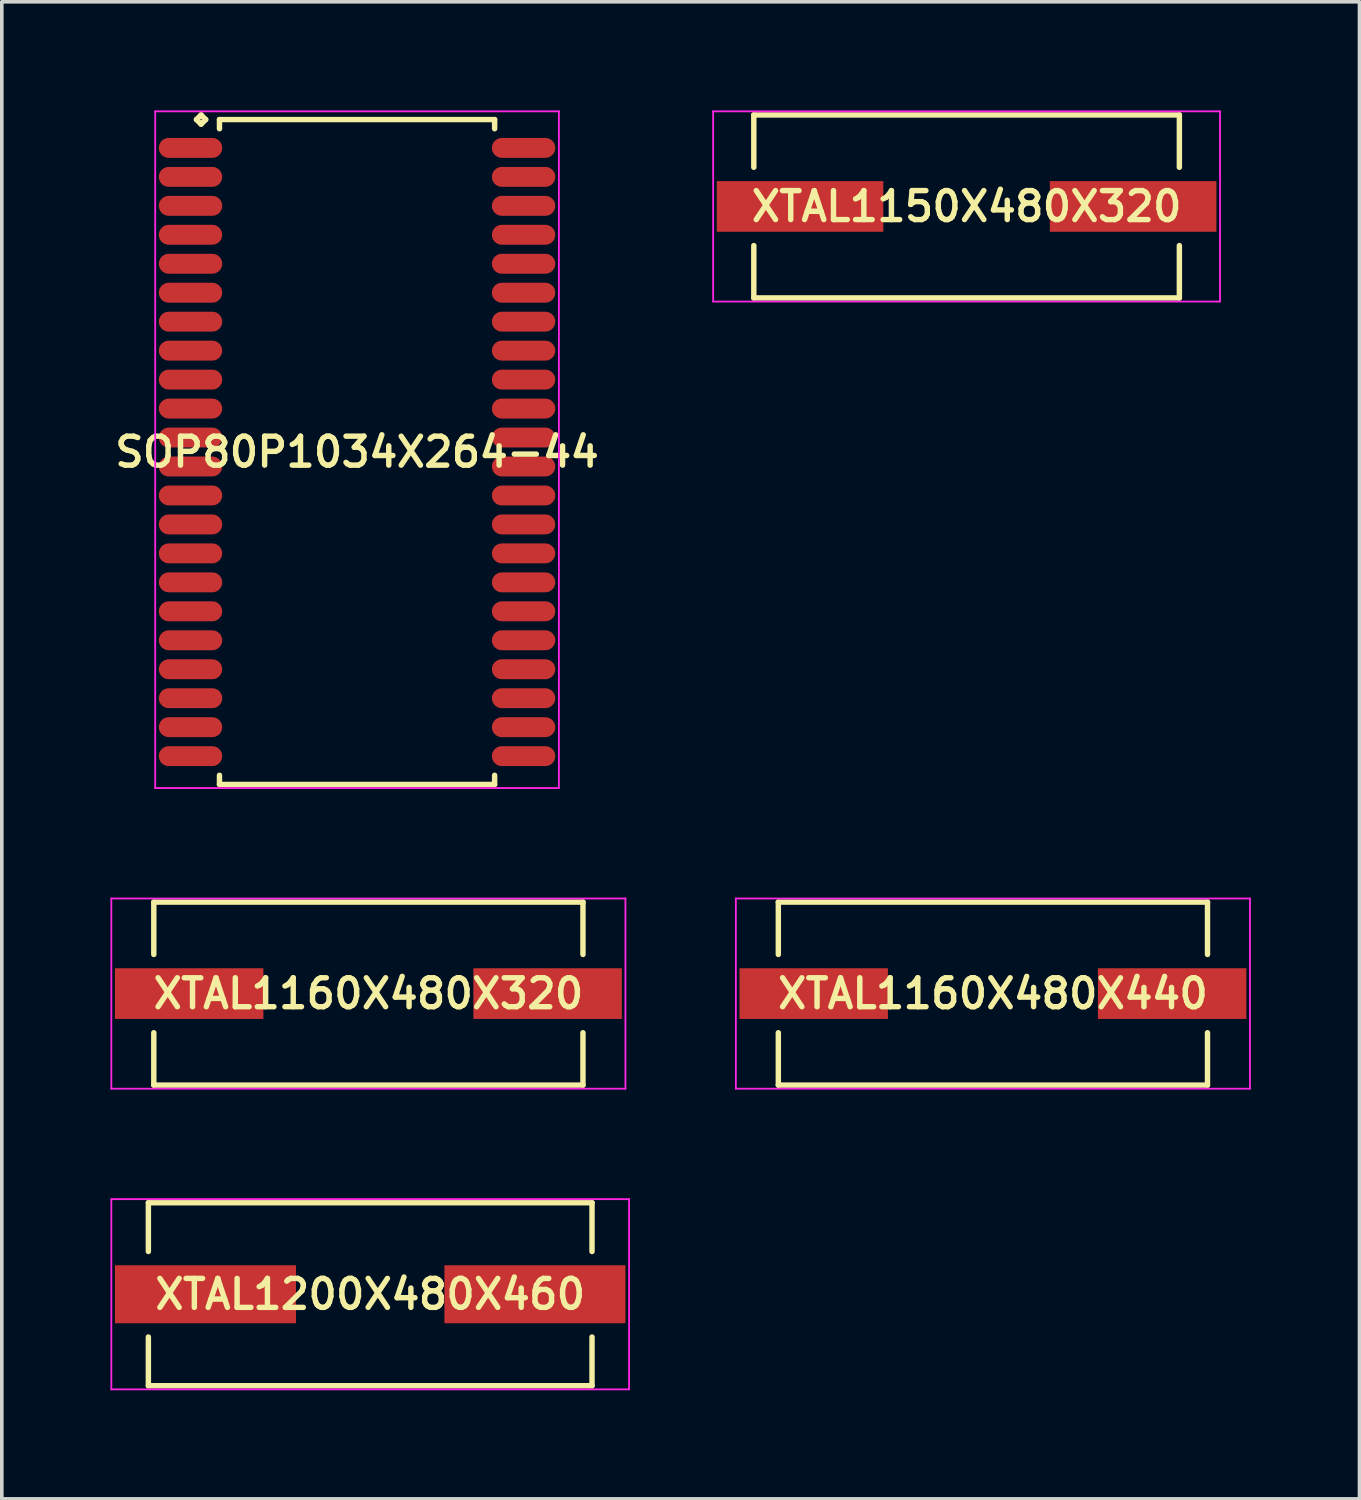
<source format=kicad_pcb>
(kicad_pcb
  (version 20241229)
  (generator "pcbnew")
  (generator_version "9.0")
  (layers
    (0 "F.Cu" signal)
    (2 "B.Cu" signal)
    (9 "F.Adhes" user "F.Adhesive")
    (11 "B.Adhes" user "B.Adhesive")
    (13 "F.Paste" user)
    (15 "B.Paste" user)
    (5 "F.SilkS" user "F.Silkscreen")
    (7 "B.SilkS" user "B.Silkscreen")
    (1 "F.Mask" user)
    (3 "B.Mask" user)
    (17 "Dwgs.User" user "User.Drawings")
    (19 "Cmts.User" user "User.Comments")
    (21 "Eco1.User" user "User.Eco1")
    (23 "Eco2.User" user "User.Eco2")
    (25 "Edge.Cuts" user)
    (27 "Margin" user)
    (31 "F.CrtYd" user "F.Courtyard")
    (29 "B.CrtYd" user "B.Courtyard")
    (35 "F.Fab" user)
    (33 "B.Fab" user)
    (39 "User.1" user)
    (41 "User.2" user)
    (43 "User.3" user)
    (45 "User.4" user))
  (footprint "XTAL1150X480X320"
    (layer "F.Cu")
    (at 23.648 2.652)
    (property "Reference" "XTAL1150X480X320" (at 0 0 0) (layer "F.SilkS") (effects (font (size 0.8 0.8) (thickness 0.15))))
    (attr smd)
    (fp_line (start -5.877 -2.527) (end 5.877 -2.527) (stroke (width 0.15) (type solid)) (layer "F.SilkS"))
    (fp_line (start -5.877 -1.081) (end -5.877 -2.527) (stroke (width 0.15) (type solid)) (layer "F.SilkS"))
    (fp_line (start -5.877 1.081) (end -5.877 2.527) (stroke (width 0.15) (type solid)) (layer "F.SilkS"))
    (fp_line (start -5.877 2.527) (end 5.877 2.527) (stroke (width 0.15) (type solid)) (layer "F.SilkS"))
    (fp_line (start 5.877 -2.527) (end 5.877 -1.081) (stroke (width 0.15) (type solid)) (layer "F.SilkS"))
    (fp_line (start 5.877 2.527) (end 5.877 1.081) (stroke (width 0.15) (type solid)) (layer "F.SilkS"))
    (fp_line (start -7 -2.627) (end 7 -2.627) (stroke (width 0.05) (type solid)) (layer "F.CrtYd"))
    (fp_line (start -7 2.627) (end -7 -2.627) (stroke (width 0.05) (type solid)) (layer "F.CrtYd"))
    (fp_line (start 7 -2.627) (end 7 2.627) (stroke (width 0.05) (type solid)) (layer "F.CrtYd"))
    (fp_line (start 7 2.627) (end -7 2.627) (stroke (width 0.05) (type solid)) (layer "F.CrtYd"))
    (pad "1" smd rect (at -4.6 0) (size 4.6 1.4) (layers "F.Cu" "F.Mask" "F.Paste"))
    (pad "2" smd rect (at 4.6 0) (size 4.6 1.4) (layers "F.Cu" "F.Mask" "F.Paste")))
  (footprint "SOP80P1034X264-44"
    (layer "F.Cu")
    (at 6.812 9.435)
    (property "Reference" "SOP80P1034X264-44" (at 0 0 0) (layer "F.SilkS") (effects (font (size 0.8 0.8) (thickness 0.15))))
    (attr smd)
    (fp_line (start -4.435 -9.183) (end -4.308 -9.31) (stroke (width 0.15) (type solid)) (layer "F.SilkS"))
    (fp_line (start -4.308 -9.31) (end -4.181 -9.183) (stroke (width 0.15) (type solid)) (layer "F.SilkS"))
    (fp_line (start -4.308 -9.056) (end -4.435 -9.183) (stroke (width 0.15) (type solid)) (layer "F.SilkS"))
    (fp_line (start -4.181 -9.183) (end -4.308 -9.056) (stroke (width 0.15) (type solid)) (layer "F.SilkS"))
    (fp_line (start -3.8 -9.182) (end 3.8 -9.182) (stroke (width 0.15) (type solid)) (layer "F.SilkS"))
    (fp_line (start -3.8 -8.929) (end -3.8 -9.182) (stroke (width 0.15) (type solid)) (layer "F.SilkS"))
    (fp_line (start -3.8 8.929) (end -3.8 9.182) (stroke (width 0.15) (type solid)) (layer "F.SilkS"))
    (fp_line (start -3.8 9.182) (end 3.8 9.182) (stroke (width 0.15) (type solid)) (layer "F.SilkS"))
    (fp_line (start 3.8 -9.182) (end 3.8 -8.929) (stroke (width 0.15) (type solid)) (layer "F.SilkS"))
    (fp_line (start 3.8 9.182) (end 3.8 8.929) (stroke (width 0.15) (type solid)) (layer "F.SilkS"))
    (fp_line (start -5.575 -9.41) (end 5.575 -9.41) (stroke (width 0.05) (type solid)) (layer "F.CrtYd"))
    (fp_line (start -5.575 9.282) (end -5.575 -9.41) (stroke (width 0.05) (type solid)) (layer "F.CrtYd"))
    (fp_line (start 5.575 -9.41) (end 5.575 9.282) (stroke (width 0.05) (type solid)) (layer "F.CrtYd"))
    (fp_line (start 5.575 9.282) (end -5.575 9.282) (stroke (width 0.05) (type solid)) (layer "F.CrtYd"))
    (pad "1" smd oval (at -4.6 -8.4) (size 1.75 0.55) (layers "F.Cu" "F.Mask" "F.Paste"))
    (pad "2" smd oval (at -4.6 -7.6) (size 1.75 0.55) (layers "F.Cu" "F.Mask" "F.Paste"))
    (pad "3" smd oval (at -4.6 -6.8) (size 1.75 0.55) (layers "F.Cu" "F.Mask" "F.Paste"))
    (pad "4" smd oval (at -4.6 -6) (size 1.75 0.55) (layers "F.Cu" "F.Mask" "F.Paste"))
    (pad "5" smd oval (at -4.6 -5.2) (size 1.75 0.55) (layers "F.Cu" "F.Mask" "F.Paste"))
    (pad "6" smd oval (at -4.6 -4.4) (size 1.75 0.55) (layers "F.Cu" "F.Mask" "F.Paste"))
    (pad "7" smd oval (at -4.6 -3.6) (size 1.75 0.55) (layers "F.Cu" "F.Mask" "F.Paste"))
    (pad "8" smd oval (at -4.6 -2.8) (size 1.75 0.55) (layers "F.Cu" "F.Mask" "F.Paste"))
    (pad "9" smd oval (at -4.6 -2) (size 1.75 0.55) (layers "F.Cu" "F.Mask" "F.Paste"))
    (pad "10" smd oval (at -4.6 -1.2) (size 1.75 0.55) (layers "F.Cu" "F.Mask" "F.Paste"))
    (pad "11" smd oval (at -4.6 -0.4) (size 1.75 0.55) (layers "F.Cu" "F.Mask" "F.Paste"))
    (pad "12" smd oval (at -4.6 0.4) (size 1.75 0.55) (layers "F.Cu" "F.Mask" "F.Paste"))
    (pad "13" smd oval (at -4.6 1.2) (size 1.75 0.55) (layers "F.Cu" "F.Mask" "F.Paste"))
    (pad "14" smd oval (at -4.6 2) (size 1.75 0.55) (layers "F.Cu" "F.Mask" "F.Paste"))
    (pad "15" smd oval (at -4.6 2.8) (size 1.75 0.55) (layers "F.Cu" "F.Mask" "F.Paste"))
    (pad "16" smd oval (at -4.6 3.6) (size 1.75 0.55) (layers "F.Cu" "F.Mask" "F.Paste"))
    (pad "17" smd oval (at -4.6 4.4) (size 1.75 0.55) (layers "F.Cu" "F.Mask" "F.Paste"))
    (pad "18" smd oval (at -4.6 5.2) (size 1.75 0.55) (layers "F.Cu" "F.Mask" "F.Paste"))
    (pad "19" smd oval (at -4.6 6) (size 1.75 0.55) (layers "F.Cu" "F.Mask" "F.Paste"))
    (pad "20" smd oval (at -4.6 6.8) (size 1.75 0.55) (layers "F.Cu" "F.Mask" "F.Paste"))
    (pad "21" smd oval (at -4.6 7.6) (size 1.75 0.55) (layers "F.Cu" "F.Mask" "F.Paste"))
    (pad "22" smd oval (at -4.6 8.4) (size 1.75 0.55) (layers "F.Cu" "F.Mask" "F.Paste"))
    (pad "23" smd oval (at 4.6 8.4) (size 1.75 0.55) (layers "F.Cu" "F.Mask" "F.Paste"))
    (pad "24" smd oval (at 4.6 7.6) (size 1.75 0.55) (layers "F.Cu" "F.Mask" "F.Paste"))
    (pad "25" smd oval (at 4.6 6.8) (size 1.75 0.55) (layers "F.Cu" "F.Mask" "F.Paste"))
    (pad "26" smd oval (at 4.6 6) (size 1.75 0.55) (layers "F.Cu" "F.Mask" "F.Paste"))
    (pad "27" smd oval (at 4.6 5.2) (size 1.75 0.55) (layers "F.Cu" "F.Mask" "F.Paste"))
    (pad "28" smd oval (at 4.6 4.4) (size 1.75 0.55) (layers "F.Cu" "F.Mask" "F.Paste"))
    (pad "29" smd oval (at 4.6 3.6) (size 1.75 0.55) (layers "F.Cu" "F.Mask" "F.Paste"))
    (pad "30" smd oval (at 4.6 2.8) (size 1.75 0.55) (layers "F.Cu" "F.Mask" "F.Paste"))
    (pad "31" smd oval (at 4.6 2) (size 1.75 0.55) (layers "F.Cu" "F.Mask" "F.Paste"))
    (pad "32" smd oval (at 4.6 1.2) (size 1.75 0.55) (layers "F.Cu" "F.Mask" "F.Paste"))
    (pad "33" smd oval (at 4.6 0.4) (size 1.75 0.55) (layers "F.Cu" "F.Mask" "F.Paste"))
    (pad "34" smd oval (at 4.6 -0.4) (size 1.75 0.55) (layers "F.Cu" "F.Mask" "F.Paste"))
    (pad "35" smd oval (at 4.6 -1.2) (size 1.75 0.55) (layers "F.Cu" "F.Mask" "F.Paste"))
    (pad "36" smd oval (at 4.6 -2) (size 1.75 0.55) (layers "F.Cu" "F.Mask" "F.Paste"))
    (pad "37" smd oval (at 4.6 -2.8) (size 1.75 0.55) (layers "F.Cu" "F.Mask" "F.Paste"))
    (pad "38" smd oval (at 4.6 -3.6) (size 1.75 0.55) (layers "F.Cu" "F.Mask" "F.Paste"))
    (pad "39" smd oval (at 4.6 -4.4) (size 1.75 0.55) (layers "F.Cu" "F.Mask" "F.Paste"))
    (pad "40" smd oval (at 4.6 -5.2) (size 1.75 0.55) (layers "F.Cu" "F.Mask" "F.Paste"))
    (pad "41" smd oval (at 4.6 -6) (size 1.75 0.55) (layers "F.Cu" "F.Mask" "F.Paste"))
    (pad "42" smd oval (at 4.6 -6.8) (size 1.75 0.55) (layers "F.Cu" "F.Mask" "F.Paste"))
    (pad "43" smd oval (at 4.6 -7.6) (size 1.75 0.55) (layers "F.Cu" "F.Mask" "F.Paste"))
    (pad "44" smd oval (at 4.6 -8.4) (size 1.75 0.55) (layers "F.Cu" "F.Mask" "F.Paste")))
  (footprint "XTAL1200X480X460"
    (layer "F.Cu")
    (at 7.175 32.698)
    (property "Reference" "XTAL1200X480X460" (at 0 0 0) (layer "F.SilkS") (effects (font (size 0.8 0.8) (thickness 0.15))))
    (attr smd)
    (fp_line (start -6.127 -2.527) (end 6.127 -2.527) (stroke (width 0.15) (type solid)) (layer "F.SilkS"))
    (fp_line (start -6.127 -1.181) (end -6.127 -2.527) (stroke (width 0.15) (type solid)) (layer "F.SilkS"))
    (fp_line (start -6.127 1.181) (end -6.127 2.527) (stroke (width 0.15) (type solid)) (layer "F.SilkS"))
    (fp_line (start -6.127 2.527) (end 6.127 2.527) (stroke (width 0.15) (type solid)) (layer "F.SilkS"))
    (fp_line (start 6.127 -2.527) (end 6.127 -1.181) (stroke (width 0.15) (type solid)) (layer "F.SilkS"))
    (fp_line (start 6.127 2.527) (end 6.127 1.181) (stroke (width 0.15) (type solid)) (layer "F.SilkS"))
    (fp_line (start -7.15 -2.627) (end 7.15 -2.627) (stroke (width 0.05) (type solid)) (layer "F.CrtYd"))
    (fp_line (start -7.15 2.627) (end -7.15 -2.627) (stroke (width 0.05) (type solid)) (layer "F.CrtYd"))
    (fp_line (start 7.15 -2.627) (end 7.15 2.627) (stroke (width 0.05) (type solid)) (layer "F.CrtYd"))
    (fp_line (start 7.15 2.627) (end -7.15 2.627) (stroke (width 0.05) (type solid)) (layer "F.CrtYd"))
    (pad "1" smd rect (at -4.55 0) (size 5 1.6) (layers "F.Cu" "F.Mask" "F.Paste"))
    (pad "2" smd rect (at 4.55 0) (size 5 1.6) (layers "F.Cu" "F.Mask" "F.Paste")))
  (footprint "XTAL1160X480X440"
    (layer "F.Cu")
    (at 24.375 24.394)
    (property "Reference" "XTAL1160X480X440" (at 0 0 0) (layer "F.SilkS") (effects (font (size 0.8 0.8) (thickness 0.15))))
    (attr smd)
    (fp_line (start -5.927 -2.527) (end 5.927 -2.527) (stroke (width 0.15) (type solid)) (layer "F.SilkS"))
    (fp_line (start -5.927 -1.081) (end -5.927 -2.527) (stroke (width 0.15) (type solid)) (layer "F.SilkS"))
    (fp_line (start -5.927 1.081) (end -5.927 2.527) (stroke (width 0.15) (type solid)) (layer "F.SilkS"))
    (fp_line (start -5.927 2.527) (end 5.927 2.527) (stroke (width 0.15) (type solid)) (layer "F.SilkS"))
    (fp_line (start 5.927 -2.527) (end 5.927 -1.081) (stroke (width 0.15) (type solid)) (layer "F.SilkS"))
    (fp_line (start 5.927 2.527) (end 5.927 1.081) (stroke (width 0.15) (type solid)) (layer "F.SilkS"))
    (fp_line (start -7.1 -2.627) (end 7.1 -2.627) (stroke (width 0.05) (type solid)) (layer "F.CrtYd"))
    (fp_line (start -7.1 2.627) (end -7.1 -2.627) (stroke (width 0.05) (type solid)) (layer "F.CrtYd"))
    (fp_line (start 7.1 -2.627) (end 7.1 2.627) (stroke (width 0.05) (type solid)) (layer "F.CrtYd"))
    (fp_line (start 7.1 2.627) (end -7.1 2.627) (stroke (width 0.05) (type solid)) (layer "F.CrtYd"))
    (pad "1" smd rect (at -4.95 0) (size 4.1 1.4) (layers "F.Cu" "F.Mask" "F.Paste"))
    (pad "2" smd rect (at 4.95 0) (size 4.1 1.4) (layers "F.Cu" "F.Mask" "F.Paste")))
  (footprint "XTAL1160X480X320"
    (layer "F.Cu")
    (at 7.125 24.394)
    (property "Reference" "XTAL1160X480X320" (at 0 0 0) (layer "F.SilkS") (effects (font (size 0.8 0.8) (thickness 0.15))))
    (attr smd)
    (fp_line (start -5.927 -2.527) (end 5.927 -2.527) (stroke (width 0.15) (type solid)) (layer "F.SilkS"))
    (fp_line (start -5.927 -1.081) (end -5.927 -2.527) (stroke (width 0.15) (type solid)) (layer "F.SilkS"))
    (fp_line (start -5.927 1.081) (end -5.927 2.527) (stroke (width 0.15) (type solid)) (layer "F.SilkS"))
    (fp_line (start -5.927 2.527) (end 5.927 2.527) (stroke (width 0.15) (type solid)) (layer "F.SilkS"))
    (fp_line (start 5.927 -2.527) (end 5.927 -1.081) (stroke (width 0.15) (type solid)) (layer "F.SilkS"))
    (fp_line (start 5.927 2.527) (end 5.927 1.081) (stroke (width 0.15) (type solid)) (layer "F.SilkS"))
    (fp_line (start -7.1 -2.627) (end 7.1 -2.627) (stroke (width 0.05) (type solid)) (layer "F.CrtYd"))
    (fp_line (start -7.1 2.627) (end -7.1 -2.627) (stroke (width 0.05) (type solid)) (layer "F.CrtYd"))
    (fp_line (start 7.1 -2.627) (end 7.1 2.627) (stroke (width 0.05) (type solid)) (layer "F.CrtYd"))
    (fp_line (start 7.1 2.627) (end -7.1 2.627) (stroke (width 0.05) (type solid)) (layer "F.CrtYd"))
    (pad "1" smd rect (at -4.95 0) (size 4.1 1.4) (layers "F.Cu" "F.Mask" "F.Paste"))
    (pad "2" smd rect (at 4.95 0) (size 4.1 1.4) (layers "F.Cu" "F.Mask" "F.Paste")))
  (gr_rect
    (start -3 -3)
    (end 34.5 38.35)
    (stroke (width 0.1) (type default))
    (fill no)
    (layer "Edge.Cuts")))
</source>
